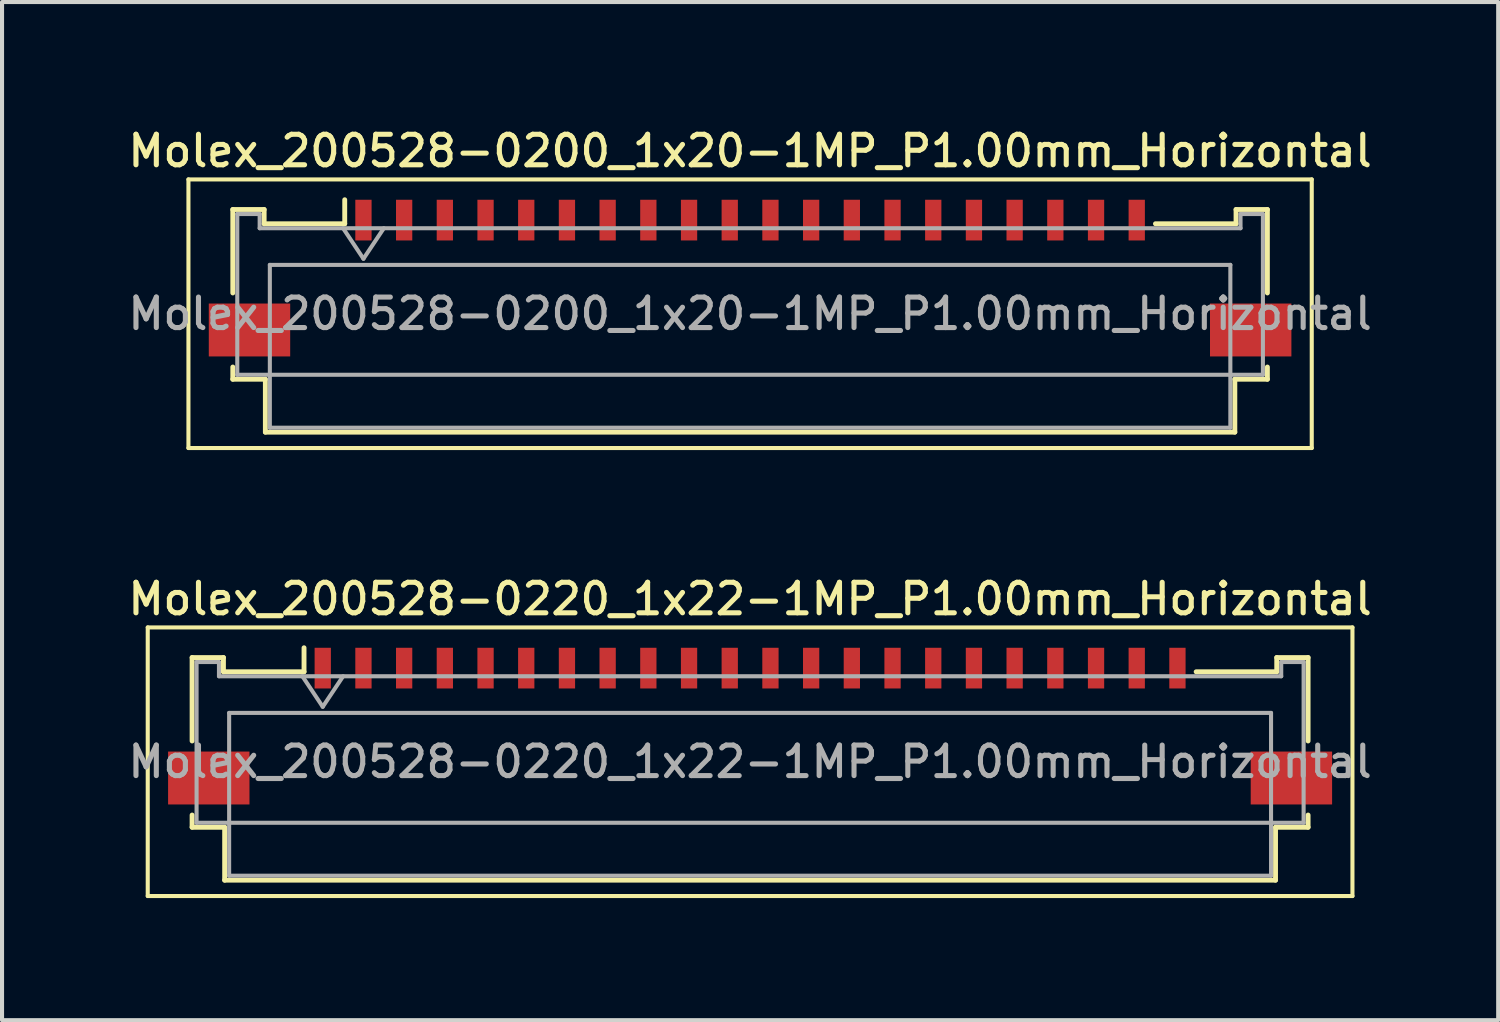
<source format=kicad_pcb>
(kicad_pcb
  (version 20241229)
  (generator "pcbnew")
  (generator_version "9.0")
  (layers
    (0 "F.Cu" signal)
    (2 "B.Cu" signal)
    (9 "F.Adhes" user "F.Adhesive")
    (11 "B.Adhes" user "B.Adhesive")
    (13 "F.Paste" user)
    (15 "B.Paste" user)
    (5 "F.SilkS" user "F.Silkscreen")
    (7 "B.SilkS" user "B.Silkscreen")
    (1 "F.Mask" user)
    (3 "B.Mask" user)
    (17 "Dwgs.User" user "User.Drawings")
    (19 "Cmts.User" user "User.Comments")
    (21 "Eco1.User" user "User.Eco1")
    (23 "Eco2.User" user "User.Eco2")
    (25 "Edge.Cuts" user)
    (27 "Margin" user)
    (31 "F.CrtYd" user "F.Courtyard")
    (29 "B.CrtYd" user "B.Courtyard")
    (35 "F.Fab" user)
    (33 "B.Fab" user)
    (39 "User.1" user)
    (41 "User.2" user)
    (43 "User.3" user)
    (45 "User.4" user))
  (footprint "Molex_200528-0220_1x22-1MP_P1.00mm_Horizontal"
    (layer "F.Cu")
    (at 15.38 14.276)
    (property "Reference" "Molex_200528-0220_1x22-1MP_P1.00mm_Horizontal" (at 0 -2.61 0) (layer "F.SilkS") (effects (font (size 0.75 0.75) (thickness 0.125))))
    (attr smd)
    (fp_line (start -14.8 -1.91) (end -14.8 4.69) (stroke (width 0.1) (type solid)) (layer "F.SilkS"))
    (fp_line (start -14.8 4.69) (end 14.8 4.69) (stroke (width 0.1) (type solid)) (layer "F.SilkS"))
    (fp_line (start -13.71 -1.17) (end -13.71 0.88) (stroke (width 0.12) (type solid)) (layer "F.SilkS"))
    (fp_line (start -13.71 2.7) (end -13.71 3) (stroke (width 0.12) (type solid)) (layer "F.SilkS"))
    (fp_line (start -13.71 3) (end -12.91 3) (stroke (width 0.12) (type solid)) (layer "F.SilkS"))
    (fp_line (start -12.94 -1.17) (end -13.71 -1.17) (stroke (width 0.12) (type solid)) (layer "F.SilkS"))
    (fp_line (start -12.94 -0.82) (end -12.94 -1.17) (stroke (width 0.12) (type solid)) (layer "F.SilkS"))
    (fp_line (start -12.91 3) (end -12.91 4.3) (stroke (width 0.12) (type solid)) (layer "F.SilkS"))
    (fp_line (start -12.91 4.3) (end 12.91 4.3) (stroke (width 0.12) (type solid)) (layer "F.SilkS"))
    (fp_line (start -10.96 -1.41) (end -10.96 -0.82) (stroke (width 0.12) (type solid)) (layer "F.SilkS"))
    (fp_line (start -10.96 -0.82) (end -12.94 -0.82) (stroke (width 0.12) (type solid)) (layer "F.SilkS"))
    (fp_line (start 12.91 3) (end 13.71 3) (stroke (width 0.12) (type solid)) (layer "F.SilkS"))
    (fp_line (start 12.91 4.3) (end 12.91 3) (stroke (width 0.12) (type solid)) (layer "F.SilkS"))
    (fp_line (start 12.94 -1.17) (end 12.94 -0.82) (stroke (width 0.12) (type solid)) (layer "F.SilkS"))
    (fp_line (start 12.94 -0.82) (end 10.96 -0.82) (stroke (width 0.12) (type solid)) (layer "F.SilkS"))
    (fp_line (start 13.71 -1.17) (end 12.94 -1.17) (stroke (width 0.12) (type solid)) (layer "F.SilkS"))
    (fp_line (start 13.71 0.88) (end 13.71 -1.17) (stroke (width 0.12) (type solid)) (layer "F.SilkS"))
    (fp_line (start 13.71 3) (end 13.71 2.7) (stroke (width 0.12) (type solid)) (layer "F.SilkS"))
    (fp_line (start 14.8 -1.91) (end -14.8 -1.91) (stroke (width 0.1) (type solid)) (layer "F.SilkS"))
    (fp_line (start 14.8 4.69) (end 14.8 -1.91) (stroke (width 0.1) (type solid)) (layer "F.SilkS"))
    (fp_line (start -13.6 -1.06) (end -13.6 2.89) (stroke (width 0.1) (type solid)) (layer "F.Fab"))
    (fp_line (start -13.6 2.89) (end 13.6 2.89) (stroke (width 0.1) (type solid)) (layer "F.Fab"))
    (fp_line (start -13.05 -1.06) (end -13.6 -1.06) (stroke (width 0.1) (type solid)) (layer "F.Fab"))
    (fp_line (start -13.05 -0.71) (end -13.05 -1.06) (stroke (width 0.1) (type solid)) (layer "F.Fab"))
    (fp_line (start -12.8 0.19) (end -12.8 4.19) (stroke (width 0.1) (type solid)) (layer "F.Fab"))
    (fp_line (start -12.8 4.19) (end 12.8 4.19) (stroke (width 0.1) (type solid)) (layer "F.Fab"))
    (fp_line (start -11 -0.71) (end -10.5 0.04) (stroke (width 0.1) (type solid)) (layer "F.Fab"))
    (fp_line (start -10.5 0.04) (end -10 -0.71) (stroke (width 0.1) (type solid)) (layer "F.Fab"))
    (fp_line (start 12.8 0.19) (end -12.8 0.19) (stroke (width 0.1) (type solid)) (layer "F.Fab"))
    (fp_line (start 12.8 4.19) (end 12.8 0.19) (stroke (width 0.1) (type solid)) (layer "F.Fab"))
    (fp_line (start 13.05 -1.06) (end 13.05 -0.71) (stroke (width 0.1) (type solid)) (layer "F.Fab"))
    (fp_line (start 13.05 -0.71) (end -13.05 -0.71) (stroke (width 0.1) (type solid)) (layer "F.Fab"))
    (fp_line (start 13.6 -1.06) (end 13.05 -1.06) (stroke (width 0.1) (type solid)) (layer "F.Fab"))
    (fp_line (start 13.6 2.89) (end 13.6 -1.06) (stroke (width 0.1) (type solid)) (layer "F.Fab"))
    (fp_text user "${REFERENCE}" (at 0 1.39 0) (layer "F.Fab") (effects (font (size 0.75 0.75) (thickness 0.125))))
    (pad "1" smd rect (at -10.5 -0.91) (size 0.4 1) (layers "F.Cu" "F.Mask" "F.Paste"))
    (pad "2" smd rect (at -9.5 -0.91) (size 0.4 1) (layers "F.Cu" "F.Mask" "F.Paste"))
    (pad "3" smd rect (at -8.5 -0.91) (size 0.4 1) (layers "F.Cu" "F.Mask" "F.Paste"))
    (pad "4" smd rect (at -7.5 -0.91) (size 0.4 1) (layers "F.Cu" "F.Mask" "F.Paste"))
    (pad "5" smd rect (at -6.5 -0.91) (size 0.4 1) (layers "F.Cu" "F.Mask" "F.Paste"))
    (pad "6" smd rect (at -5.5 -0.91) (size 0.4 1) (layers "F.Cu" "F.Mask" "F.Paste"))
    (pad "7" smd rect (at -4.5 -0.91) (size 0.4 1) (layers "F.Cu" "F.Mask" "F.Paste"))
    (pad "8" smd rect (at -3.5 -0.91) (size 0.4 1) (layers "F.Cu" "F.Mask" "F.Paste"))
    (pad "9" smd rect (at -2.5 -0.91) (size 0.4 1) (layers "F.Cu" "F.Mask" "F.Paste"))
    (pad "10" smd rect (at -1.5 -0.91) (size 0.4 1) (layers "F.Cu" "F.Mask" "F.Paste"))
    (pad "11" smd rect (at -0.5 -0.91) (size 0.4 1) (layers "F.Cu" "F.Mask" "F.Paste"))
    (pad "12" smd rect (at 0.5 -0.91) (size 0.4 1) (layers "F.Cu" "F.Mask" "F.Paste"))
    (pad "13" smd rect (at 1.5 -0.91) (size 0.4 1) (layers "F.Cu" "F.Mask" "F.Paste"))
    (pad "14" smd rect (at 2.5 -0.91) (size 0.4 1) (layers "F.Cu" "F.Mask" "F.Paste"))
    (pad "15" smd rect (at 3.5 -0.91) (size 0.4 1) (layers "F.Cu" "F.Mask" "F.Paste"))
    (pad "16" smd rect (at 4.5 -0.91) (size 0.4 1) (layers "F.Cu" "F.Mask" "F.Paste"))
    (pad "17" smd rect (at 5.5 -0.91) (size 0.4 1) (layers "F.Cu" "F.Mask" "F.Paste"))
    (pad "18" smd rect (at 6.5 -0.91) (size 0.4 1) (layers "F.Cu" "F.Mask" "F.Paste"))
    (pad "19" smd rect (at 7.5 -0.91) (size 0.4 1) (layers "F.Cu" "F.Mask" "F.Paste"))
    (pad "20" smd rect (at 8.5 -0.91) (size 0.4 1) (layers "F.Cu" "F.Mask" "F.Paste"))
    (pad "21" smd rect (at 9.5 -0.91) (size 0.4 1) (layers "F.Cu" "F.Mask" "F.Paste"))
    (pad "22" smd rect (at 10.5 -0.91) (size 0.4 1) (layers "F.Cu" "F.Mask" "F.Paste"))
    (pad "MP" smd rect (at -13.3 1.79) (size 2 1.3) (layers "F.Cu" "F.Mask" "F.Paste"))
    (pad "MP" smd rect (at 13.3 1.79) (size 2 1.3) (layers "F.Cu" "F.Mask" "F.Paste")))
  (footprint "Molex_200528-0200_1x20-1MP_P1.00mm_Horizontal"
    (layer "F.Cu")
    (at 15.38 3.268)
    (property "Reference" "Molex_200528-0200_1x20-1MP_P1.00mm_Horizontal" (at 0 -2.61 0) (layer "F.SilkS") (effects (font (size 0.75 0.75) (thickness 0.125))))
    (attr smd)
    (fp_line (start -13.8 -1.91) (end -13.8 4.69) (stroke (width 0.1) (type solid)) (layer "F.SilkS"))
    (fp_line (start -13.8 4.69) (end 13.8 4.69) (stroke (width 0.1) (type solid)) (layer "F.SilkS"))
    (fp_line (start -12.71 -1.17) (end -12.71 0.88) (stroke (width 0.12) (type solid)) (layer "F.SilkS"))
    (fp_line (start -12.71 2.7) (end -12.71 3) (stroke (width 0.12) (type solid)) (layer "F.SilkS"))
    (fp_line (start -12.71 3) (end -11.91 3) (stroke (width 0.12) (type solid)) (layer "F.SilkS"))
    (fp_line (start -11.94 -1.17) (end -12.71 -1.17) (stroke (width 0.12) (type solid)) (layer "F.SilkS"))
    (fp_line (start -11.94 -0.82) (end -11.94 -1.17) (stroke (width 0.12) (type solid)) (layer "F.SilkS"))
    (fp_line (start -11.91 3) (end -11.91 4.3) (stroke (width 0.12) (type solid)) (layer "F.SilkS"))
    (fp_line (start -11.91 4.3) (end 11.91 4.3) (stroke (width 0.12) (type solid)) (layer "F.SilkS"))
    (fp_line (start -9.96 -1.41) (end -9.96 -0.82) (stroke (width 0.12) (type solid)) (layer "F.SilkS"))
    (fp_line (start -9.96 -0.82) (end -11.94 -0.82) (stroke (width 0.12) (type solid)) (layer "F.SilkS"))
    (fp_line (start 11.91 3) (end 12.71 3) (stroke (width 0.12) (type solid)) (layer "F.SilkS"))
    (fp_line (start 11.91 4.3) (end 11.91 3) (stroke (width 0.12) (type solid)) (layer "F.SilkS"))
    (fp_line (start 11.94 -1.17) (end 11.94 -0.82) (stroke (width 0.12) (type solid)) (layer "F.SilkS"))
    (fp_line (start 11.94 -0.82) (end 9.96 -0.82) (stroke (width 0.12) (type solid)) (layer "F.SilkS"))
    (fp_line (start 12.71 -1.17) (end 11.94 -1.17) (stroke (width 0.12) (type solid)) (layer "F.SilkS"))
    (fp_line (start 12.71 0.88) (end 12.71 -1.17) (stroke (width 0.12) (type solid)) (layer "F.SilkS"))
    (fp_line (start 12.71 3) (end 12.71 2.7) (stroke (width 0.12) (type solid)) (layer "F.SilkS"))
    (fp_line (start 13.8 -1.91) (end -13.8 -1.91) (stroke (width 0.1) (type solid)) (layer "F.SilkS"))
    (fp_line (start 13.8 4.69) (end 13.8 -1.91) (stroke (width 0.1) (type solid)) (layer "F.SilkS"))
    (fp_line (start -12.6 -1.06) (end -12.6 2.89) (stroke (width 0.1) (type solid)) (layer "F.Fab"))
    (fp_line (start -12.6 2.89) (end 12.6 2.89) (stroke (width 0.1) (type solid)) (layer "F.Fab"))
    (fp_line (start -12.05 -1.06) (end -12.6 -1.06) (stroke (width 0.1) (type solid)) (layer "F.Fab"))
    (fp_line (start -12.05 -0.71) (end -12.05 -1.06) (stroke (width 0.1) (type solid)) (layer "F.Fab"))
    (fp_line (start -11.8 0.19) (end -11.8 4.19) (stroke (width 0.1) (type solid)) (layer "F.Fab"))
    (fp_line (start -11.8 4.19) (end 11.8 4.19) (stroke (width 0.1) (type solid)) (layer "F.Fab"))
    (fp_line (start -10 -0.71) (end -9.5 0.04) (stroke (width 0.1) (type solid)) (layer "F.Fab"))
    (fp_line (start -9.5 0.04) (end -9 -0.71) (stroke (width 0.1) (type solid)) (layer "F.Fab"))
    (fp_line (start 11.8 0.19) (end -11.8 0.19) (stroke (width 0.1) (type solid)) (layer "F.Fab"))
    (fp_line (start 11.8 4.19) (end 11.8 0.19) (stroke (width 0.1) (type solid)) (layer "F.Fab"))
    (fp_line (start 12.05 -1.06) (end 12.05 -0.71) (stroke (width 0.1) (type solid)) (layer "F.Fab"))
    (fp_line (start 12.05 -0.71) (end -12.05 -0.71) (stroke (width 0.1) (type solid)) (layer "F.Fab"))
    (fp_line (start 12.6 -1.06) (end 12.05 -1.06) (stroke (width 0.1) (type solid)) (layer "F.Fab"))
    (fp_line (start 12.6 2.89) (end 12.6 -1.06) (stroke (width 0.1) (type solid)) (layer "F.Fab"))
    (fp_text user "${REFERENCE}" (at 0 1.39 0) (layer "F.Fab") (effects (font (size 0.75 0.75) (thickness 0.125))))
    (pad "1" smd rect (at -9.5 -0.91) (size 0.4 1) (layers "F.Cu" "F.Mask" "F.Paste"))
    (pad "2" smd rect (at -8.5 -0.91) (size 0.4 1) (layers "F.Cu" "F.Mask" "F.Paste"))
    (pad "3" smd rect (at -7.5 -0.91) (size 0.4 1) (layers "F.Cu" "F.Mask" "F.Paste"))
    (pad "4" smd rect (at -6.5 -0.91) (size 0.4 1) (layers "F.Cu" "F.Mask" "F.Paste"))
    (pad "5" smd rect (at -5.5 -0.91) (size 0.4 1) (layers "F.Cu" "F.Mask" "F.Paste"))
    (pad "6" smd rect (at -4.5 -0.91) (size 0.4 1) (layers "F.Cu" "F.Mask" "F.Paste"))
    (pad "7" smd rect (at -3.5 -0.91) (size 0.4 1) (layers "F.Cu" "F.Mask" "F.Paste"))
    (pad "8" smd rect (at -2.5 -0.91) (size 0.4 1) (layers "F.Cu" "F.Mask" "F.Paste"))
    (pad "9" smd rect (at -1.5 -0.91) (size 0.4 1) (layers "F.Cu" "F.Mask" "F.Paste"))
    (pad "10" smd rect (at -0.5 -0.91) (size 0.4 1) (layers "F.Cu" "F.Mask" "F.Paste"))
    (pad "11" smd rect (at 0.5 -0.91) (size 0.4 1) (layers "F.Cu" "F.Mask" "F.Paste"))
    (pad "12" smd rect (at 1.5 -0.91) (size 0.4 1) (layers "F.Cu" "F.Mask" "F.Paste"))
    (pad "13" smd rect (at 2.5 -0.91) (size 0.4 1) (layers "F.Cu" "F.Mask" "F.Paste"))
    (pad "14" smd rect (at 3.5 -0.91) (size 0.4 1) (layers "F.Cu" "F.Mask" "F.Paste"))
    (pad "15" smd rect (at 4.5 -0.91) (size 0.4 1) (layers "F.Cu" "F.Mask" "F.Paste"))
    (pad "16" smd rect (at 5.5 -0.91) (size 0.4 1) (layers "F.Cu" "F.Mask" "F.Paste"))
    (pad "17" smd rect (at 6.5 -0.91) (size 0.4 1) (layers "F.Cu" "F.Mask" "F.Paste"))
    (pad "18" smd rect (at 7.5 -0.91) (size 0.4 1) (layers "F.Cu" "F.Mask" "F.Paste"))
    (pad "19" smd rect (at 8.5 -0.91) (size 0.4 1) (layers "F.Cu" "F.Mask" "F.Paste"))
    (pad "20" smd rect (at 9.5 -0.91) (size 0.4 1) (layers "F.Cu" "F.Mask" "F.Paste"))
    (pad "MP" smd rect (at -12.3 1.79) (size 2 1.3) (layers "F.Cu" "F.Mask" "F.Paste"))
    (pad "MP" smd rect (at 12.3 1.79) (size 2 1.3) (layers "F.Cu" "F.Mask" "F.Paste")))
  (gr_rect
    (start -3 -3)
    (end 33.761 22.016)
    (stroke (width 0.1) (type default))
    (fill no)
    (layer "Edge.Cuts")))
</source>
